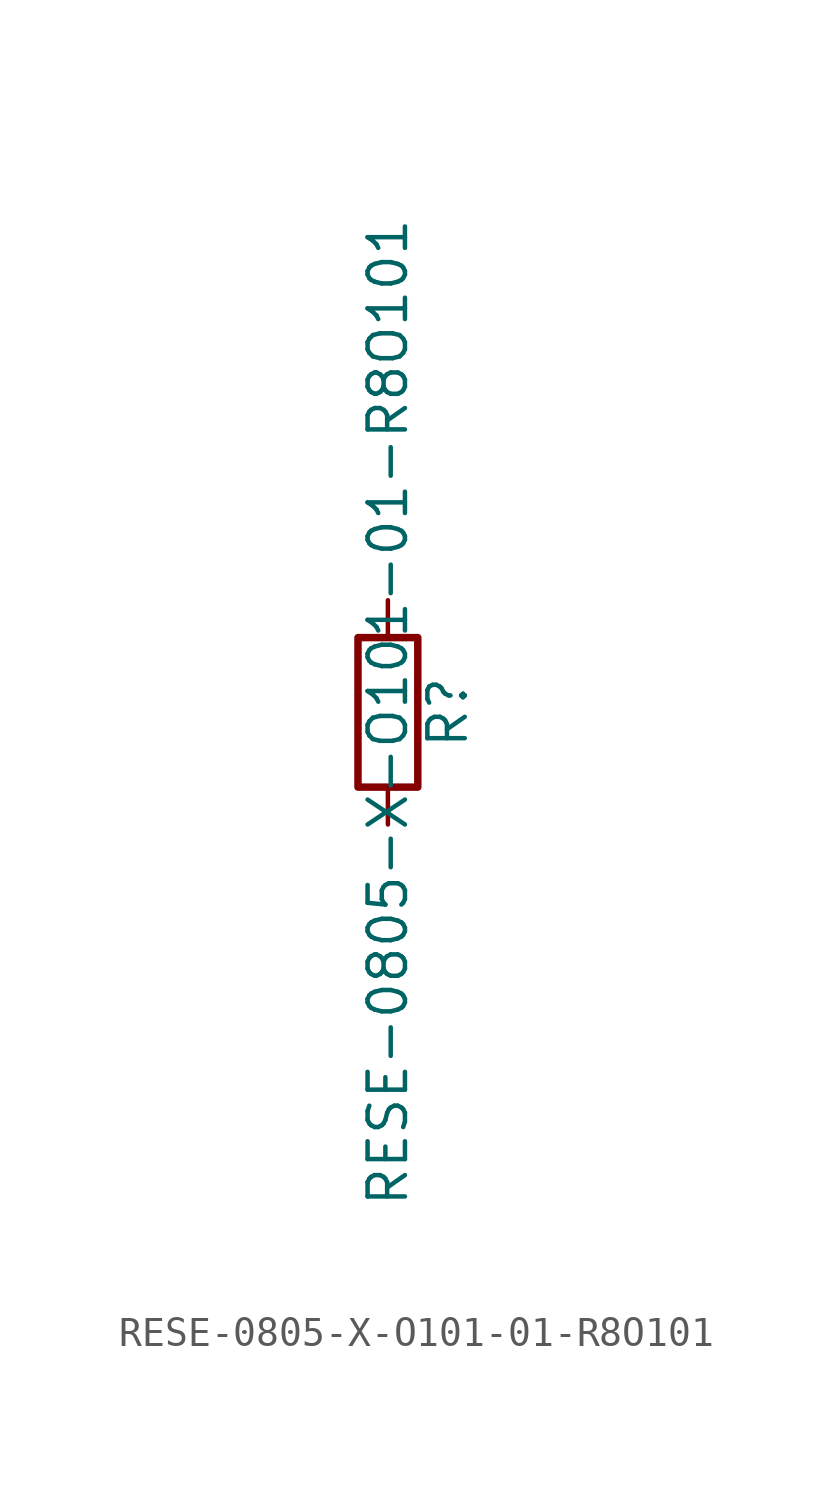
<source format=kicad_sym>
(kicad_symbol_lib
  (version 20211014)
  (generator kicad_symbol_editor)
  (symbol "RESE-0805-X-O101-01-R8O101"
    (pin_numbers hide)
    (pin_names
      (offset 0))
    (property "Reference" "R"
      (at 2.032 0 90)
      (effects (font (size 1.27 1.27))))
    (property "Value" "RESE-0805-X-O101-01-R8O101"
      (at 0 0 90)
      (effects (font (size 1.27 1.27))))
    (symbol "RESE-0805-X-O101-01-R8O101_0_1"
      (rectangle (start -1.016 -2.54) (end 1.016 2.54) (stroke (width 0.254) (type default) (color 0 0 0 0)) (fill (type none))))
    (symbol "RESE-0805-X-O101-01-R8O101_1_1"
      (pin passive line (at 0 3.81 270) (length 1.27) (name "~" (effects (font (size 1.27 1.27)))) (number "1" (effects (font (size 1.27 1.27)))))
      (pin passive line (at 0 -3.81 90) (length 1.27) (name "~" (effects (font (size 1.27 1.27)))) (number "2" (effects (font (size 1.27 1.27))))))))
</source>
